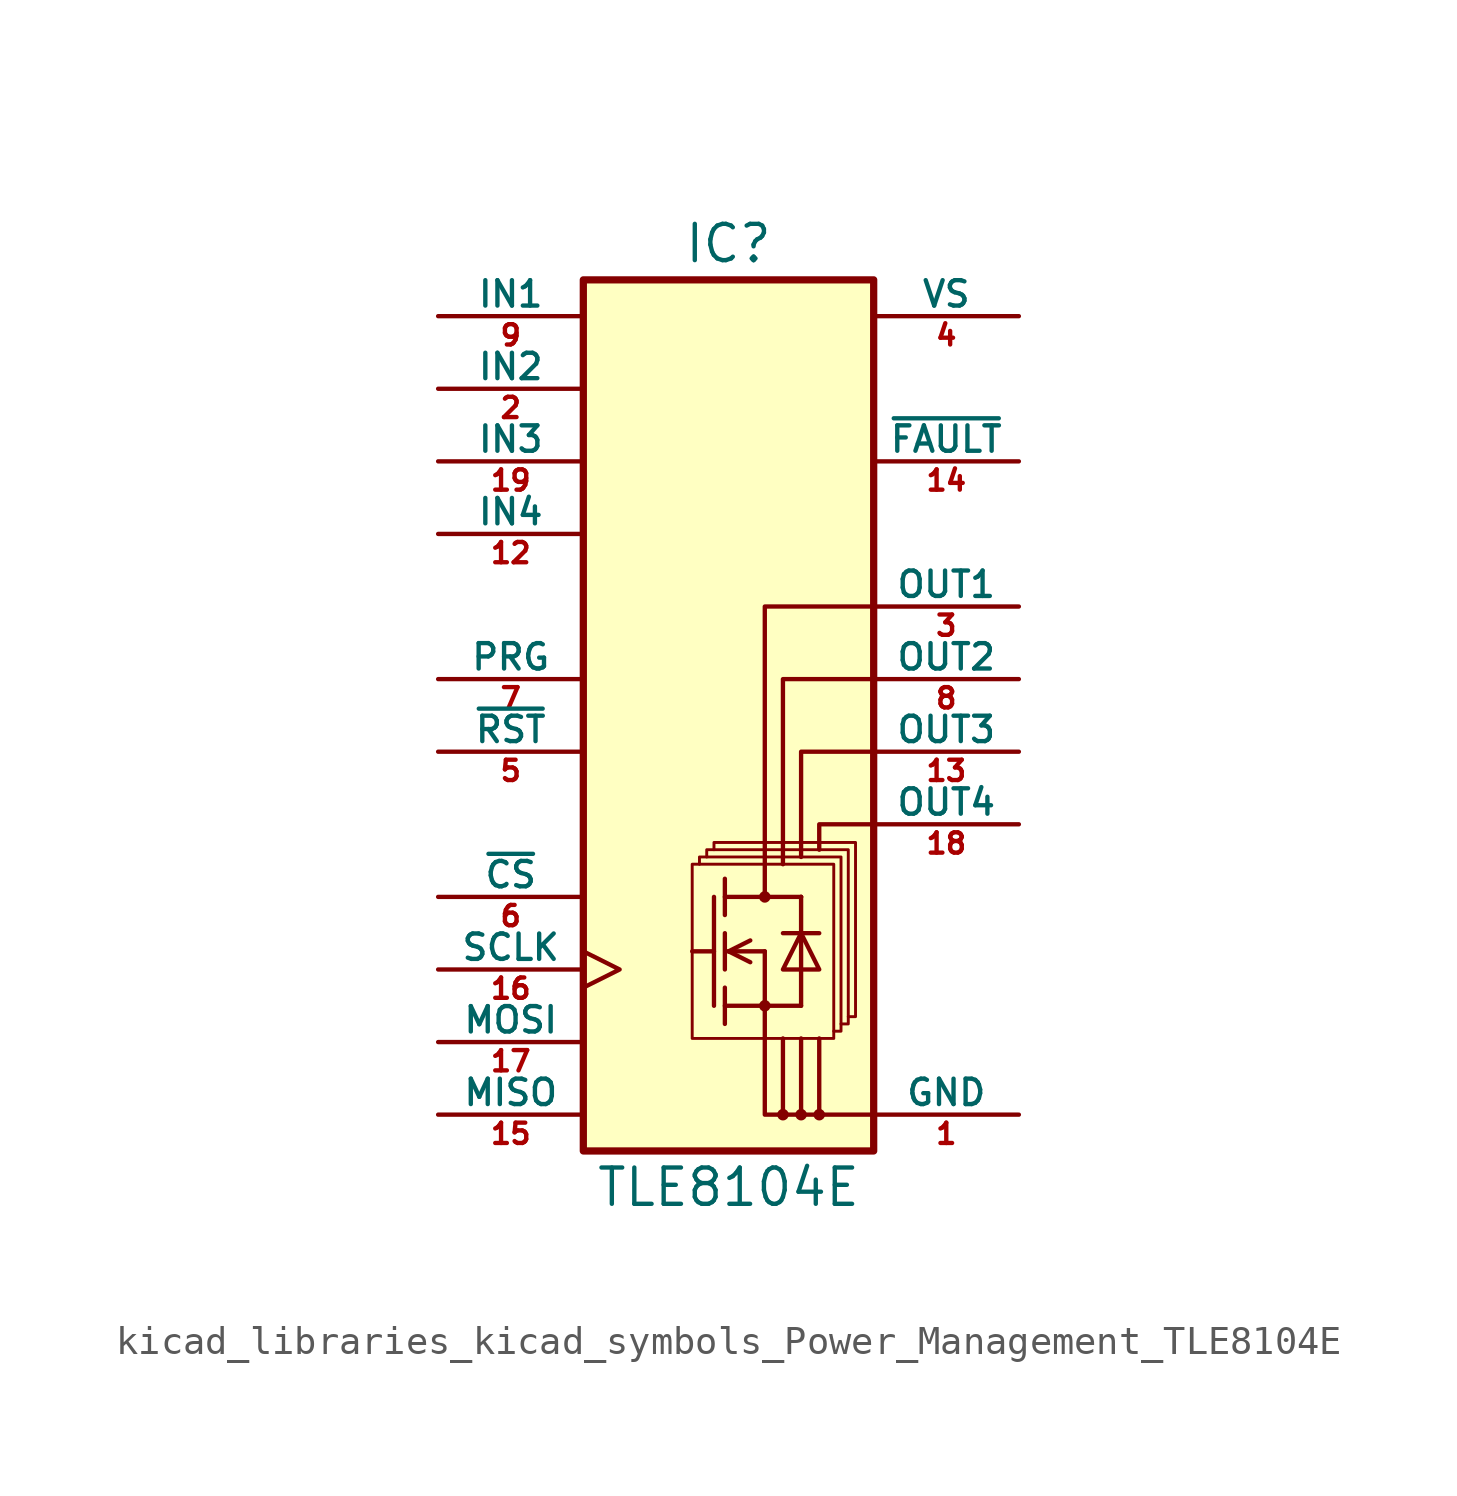
<source format=kicad_sym>
(kicad_symbol_lib
  (version 20220914)
  (generator kicad_symbol_editor)
  (symbol "kicad_libraries_kicad_symbols_Power_Management_TLE8104E"
    (pin_names
      (offset 0))
    (property "Reference" "IC"
      (at 0 17.78 0)
      (effects (font (size 1.27 1.27))))
    (property "Value" "TLE8104E"
      (at 0 -15.24 0)
      (effects (font (size 1.27 1.27))))
    (symbol "kicad_libraries_kicad_symbols_Power_Management_TLE8104E_0_1"
      (rectangle (start -5.08 16.51) (end 5.08 -13.97) (stroke (width 0.254) (type default)) (fill (type background)))
      (rectangle (start -1.27 -3.937) (end 3.683 -10.033) (stroke (width 0.102) (type default)) (fill (type background)))
      (polyline (pts (xy -1.27 -6.985) (xy -0.508 -6.985)) (stroke (width 0.152) (type default)) (fill (type none)))
      (polyline (pts (xy -0.508 -5.08) (xy -0.508 -8.89)) (stroke (width 0.152) (type default)) (fill (type none)))
      (polyline (pts (xy -0.127 -8.89) (xy 2.54 -8.89)) (stroke (width 0.152) (type default)) (fill (type none)))
      (polyline (pts (xy -0.127 -8.255) (xy -0.127 -9.525)) (stroke (width 0.152) (type default)) (fill (type none)))
      (polyline (pts (xy -0.127 -6.35) (xy -0.127 -7.62)) (stroke (width 0.152) (type default)) (fill (type none)))
      (polyline (pts (xy -0.127 -4.445) (xy -0.127 -5.715)) (stroke (width 0.152) (type default)) (fill (type none)))
      (polyline (pts (xy 0 -6.985) (xy 0.762 -7.366)) (stroke (width 0.152) (type default)) (fill (type none)))
      (polyline (pts (xy 0 -6.985) (xy 0.762 -6.604)) (stroke (width 0.152) (type default)) (fill (type none)))
      (polyline (pts (xy 0 -6.985) (xy 1.27 -6.985)) (stroke (width 0.152) (type default)) (fill (type none)))
      (polyline (pts (xy 1.905 -10.033) (xy 1.905 -12.7)) (stroke (width 0.152) (type default)) (fill (type none)))
      (polyline (pts (xy 1.905 -6.35) (xy 3.175 -6.35)) (stroke (width 0.152) (type default)) (fill (type none)))
      (polyline (pts (xy 2.54 -12.7) (xy 2.54 -10.033)) (stroke (width 0.152) (type default)) (fill (type none)))
      (polyline (pts (xy 2.54 -5.08) (xy -0.127 -5.08)) (stroke (width 0.152) (type default)) (fill (type none)))
      (polyline (pts (xy 2.54 -5.08) (xy 2.54 -8.89)) (stroke (width 0) (type default)) (fill (type none)))
      (polyline (pts (xy 2.54 -5.08) (xy 2.54 -5.08)) (stroke (width 0) (type default)) (fill (type none)))
      (polyline (pts (xy 3.175 -12.7) (xy 3.175 -10.033)) (stroke (width 0.152) (type default)) (fill (type none)))
      (polyline (pts (xy 1.27 -6.985) (xy 1.27 -7.62) (xy 1.27 -8.89)) (stroke (width 0.152) (type default)) (fill (type none)))
      (polyline (pts (xy 1.27 -5.08) (xy 1.27 5.08) (xy 5.08 5.08)) (stroke (width 0.152) (type default)) (fill (type none)))
      (polyline (pts (xy 5.08 -12.7) (xy 1.27 -12.7) (xy 1.27 -8.89)) (stroke (width 0.152) (type default)) (fill (type none)))
      (polyline (pts (xy 5.08 -2.54) (xy 3.175 -2.54) (xy 3.175 -3.429)) (stroke (width 0.152) (type default)) (fill (type none)))
      (polyline (pts (xy 5.08 0) (xy 2.54 0) (xy 2.54 -3.683)) (stroke (width 0.152) (type default)) (fill (type none)))
      (polyline (pts (xy 5.08 2.54) (xy 1.905 2.54) (xy 1.905 -3.937)) (stroke (width 0.152) (type default)) (fill (type none)))
      (polyline (pts (xy 2.54 -6.35) (xy 1.905 -7.62) (xy 3.175 -7.62) (xy 2.54 -6.35)) (stroke (width 0.152) (type default)) (fill (type none)))
      (polyline (pts (xy -1.016 -3.937) (xy -1.016 -3.683) (xy 3.937 -3.683) (xy 3.937 -9.779) (xy 3.683 -9.779)) (stroke (width 0.102) (type default)) (fill (type background)))
      (polyline (pts (xy -0.762 -3.683) (xy -0.762 -3.429) (xy 4.191 -3.429) (xy 4.191 -9.525) (xy 3.937 -9.525)) (stroke (width 0.102) (type default)) (fill (type background)))
      (polyline (pts (xy -0.508 -3.429) (xy -0.508 -3.175) (xy 4.445 -3.175) (xy 4.445 -9.271) (xy 4.191 -9.271)) (stroke (width 0.102) (type default)) (fill (type background)))
      (circle (center 1.27 -8.89) (radius 0.127) (stroke (width 0.152) (type default)) (fill (type none)))
      (circle (center 1.27 -5.08) (radius 0.127) (stroke (width 0.152) (type default)) (fill (type none)))
      (circle (center 1.905 -12.7) (radius 0.127) (stroke (width 0.152) (type default)) (fill (type none)))
      (circle (center 2.54 -12.7) (radius 0.127) (stroke (width 0.152) (type default)) (fill (type none)))
      (circle (center 3.175 -12.7) (radius 0.127) (stroke (width 0.152) (type default)) (fill (type none))))
    (symbol "kicad_libraries_kicad_symbols_Power_Management_TLE8104E_1_1"
      (pin power_in line (at 10.16 -12.7 180) (length 5.08) (name "GND" (effects (font (size 0.889 0.889)))) (number "1" (effects (font (size 0.711 0.711)))))
      (pin passive line (at 10.16 -12.7 180) (length 5.08) hide (name "GND" (effects (font (size 0.889 0.889)))) (number "10" (effects (font (size 0.711 0.711)))))
      (pin passive line (at 10.16 -12.7 180) (length 5.08) hide (name "GND" (effects (font (size 0.889 0.889)))) (number "11" (effects (font (size 0.711 0.711)))))
      (pin input line (at -10.16 7.62 0) (length 5.08) (name "IN4" (effects (font (size 0.889 0.889)))) (number "12" (effects (font (size 0.711 0.711)))))
      (pin open_collector line (at 10.16 0 180) (length 5.08) (name "OUT3" (effects (font (size 0.889 0.889)))) (number "13" (effects (font (size 0.711 0.711)))))
      (pin output line (at 10.16 10.16 180) (length 5.08) (name "~{FAULT}" (effects (font (size 0.889 0.889)))) (number "14" (effects (font (size 0.711 0.711)))))
      (pin passive line (at -10.16 -12.7 0) (length 5.08) (name "MISO" (effects (font (size 0.889 0.889)))) (number "15" (effects (font (size 0.711 0.711)))))
      (pin input clock (at -10.16 -7.62 0) (length 5.08) (name "SCLK" (effects (font (size 0.889 0.889)))) (number "16" (effects (font (size 0.711 0.711)))))
      (pin input line (at -10.16 -10.16 0) (length 5.08) (name "MOSI" (effects (font (size 0.889 0.889)))) (number "17" (effects (font (size 0.711 0.711)))))
      (pin open_collector line (at 10.16 -2.54 180) (length 5.08) (name "OUT4" (effects (font (size 0.889 0.889)))) (number "18" (effects (font (size 0.711 0.711)))))
      (pin input line (at -10.16 10.16 0) (length 5.08) (name "IN3" (effects (font (size 0.889 0.889)))) (number "19" (effects (font (size 0.711 0.711)))))
      (pin input line (at -10.16 12.7 0) (length 5.08) (name "IN2" (effects (font (size 0.889 0.889)))) (number "2" (effects (font (size 0.711 0.711)))))
      (pin passive line (at 10.16 -12.7 180) (length 5.08) hide (name "GND" (effects (font (size 0.889 0.889)))) (number "20" (effects (font (size 0.711 0.711)))))
      (pin passive line (at 10.16 -12.7 180) (length 5.08) hide (name "GND" (effects (font (size 0.889 0.889)))) (number "21" (effects (font (size 0.711 0.711)))))
      (pin open_collector line (at 10.16 5.08 180) (length 5.08) (name "OUT1" (effects (font (size 0.889 0.889)))) (number "3" (effects (font (size 0.711 0.711)))))
      (pin power_in line (at 10.16 15.24 180) (length 5.08) (name "VS" (effects (font (size 0.889 0.889)))) (number "4" (effects (font (size 0.711 0.711)))))
      (pin input line (at -10.16 0 0) (length 5.08) (name "~{RST}" (effects (font (size 0.889 0.889)))) (number "5" (effects (font (size 0.711 0.711)))))
      (pin input line (at -10.16 -5.08 0) (length 5.08) (name "~{CS}" (effects (font (size 0.889 0.889)))) (number "6" (effects (font (size 0.711 0.711)))))
      (pin input line (at -10.16 2.54 0) (length 5.08) (name "PRG" (effects (font (size 0.889 0.889)))) (number "7" (effects (font (size 0.711 0.711)))))
      (pin open_collector line (at 10.16 2.54 180) (length 5.08) (name "OUT2" (effects (font (size 0.889 0.889)))) (number "8" (effects (font (size 0.711 0.711)))))
      (pin input line (at -10.16 15.24 0) (length 5.08) (name "IN1" (effects (font (size 0.889 0.889)))) (number "9" (effects (font (size 0.711 0.711))))))))
</source>
